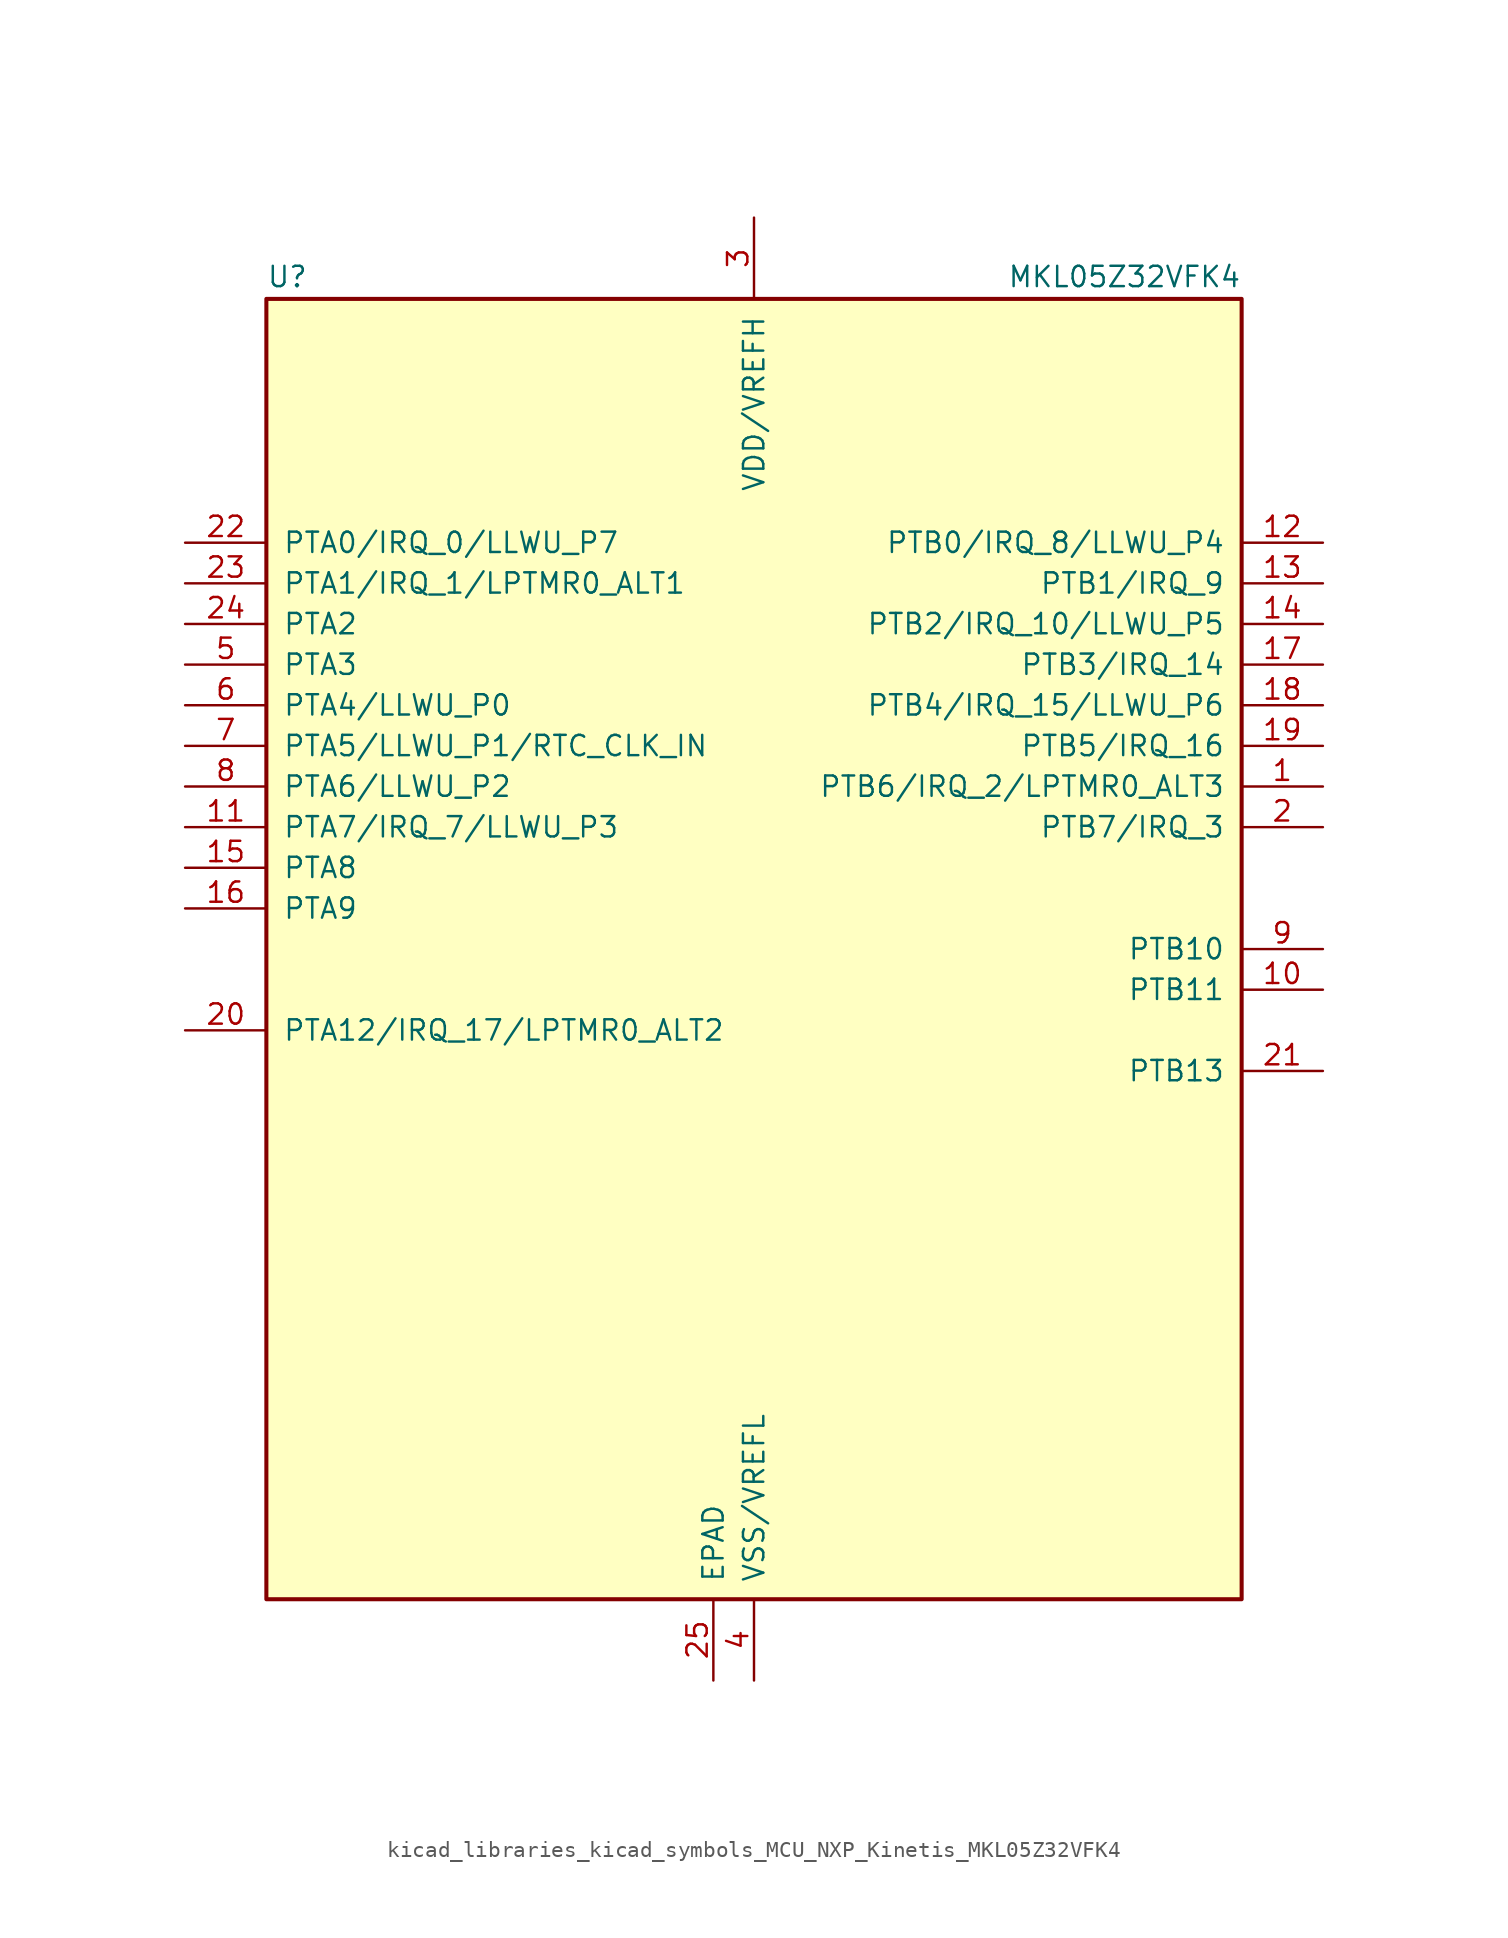
<source format=kicad_sym>
(kicad_symbol_lib
  (version 20220914)
  (generator kicad_symbol_editor)
  (symbol "kicad_libraries_kicad_symbols_MCU_NXP_Kinetis_MKL05Z32VFK4"
    (pin_names
      (offset 1.016))
    (property "Reference" "U"
      (at -30.48 41.275 0)
      (effects (font (size 1.27 1.27)) (justify left bottom)))
    (property "Value" "MKL05Z32VFK4"
      (at 30.48 41.275 0)
      (effects (font (size 1.27 1.27)) (justify right bottom)))
    (symbol "kicad_libraries_kicad_symbols_MCU_NXP_Kinetis_MKL05Z32VFK4_0_1"
      (rectangle (start -30.48 40.64) (end 30.48 -40.64) (stroke (width 0.254) (type default)) (fill (type background))))
    (symbol "kicad_libraries_kicad_symbols_MCU_NXP_Kinetis_MKL05Z32VFK4_1_1"
      (pin bidirectional line (at 35.56 10.16 180) (length 5.08) (name "PTB6/IRQ_2/LPTMR0_ALT3" (effects (font (size 1.27 1.27)))) (number "1" (effects (font (size 1.27 1.27)))))
      (pin bidirectional line (at 35.56 -2.54 180) (length 5.08) (name "PTB11" (effects (font (size 1.27 1.27)))) (number "10" (effects (font (size 1.27 1.27)))))
      (pin bidirectional line (at -35.56 7.62 0) (length 5.08) (name "PTA7/IRQ_7/LLWU_P3" (effects (font (size 1.27 1.27)))) (number "11" (effects (font (size 1.27 1.27)))))
      (pin bidirectional line (at 35.56 25.4 180) (length 5.08) (name "PTB0/IRQ_8/LLWU_P4" (effects (font (size 1.27 1.27)))) (number "12" (effects (font (size 1.27 1.27)))))
      (pin bidirectional line (at 35.56 22.86 180) (length 5.08) (name "PTB1/IRQ_9" (effects (font (size 1.27 1.27)))) (number "13" (effects (font (size 1.27 1.27)))))
      (pin bidirectional line (at 35.56 20.32 180) (length 5.08) (name "PTB2/IRQ_10/LLWU_P5" (effects (font (size 1.27 1.27)))) (number "14" (effects (font (size 1.27 1.27)))))
      (pin bidirectional line (at -35.56 5.08 0) (length 5.08) (name "PTA8" (effects (font (size 1.27 1.27)))) (number "15" (effects (font (size 1.27 1.27)))))
      (pin bidirectional line (at -35.56 2.54 0) (length 5.08) (name "PTA9" (effects (font (size 1.27 1.27)))) (number "16" (effects (font (size 1.27 1.27)))))
      (pin bidirectional line (at 35.56 17.78 180) (length 5.08) (name "PTB3/IRQ_14" (effects (font (size 1.27 1.27)))) (number "17" (effects (font (size 1.27 1.27)))))
      (pin bidirectional line (at 35.56 15.24 180) (length 5.08) (name "PTB4/IRQ_15/LLWU_P6" (effects (font (size 1.27 1.27)))) (number "18" (effects (font (size 1.27 1.27)))))
      (pin bidirectional line (at 35.56 12.7 180) (length 5.08) (name "PTB5/IRQ_16" (effects (font (size 1.27 1.27)))) (number "19" (effects (font (size 1.27 1.27)))))
      (pin bidirectional line (at 35.56 7.62 180) (length 5.08) (name "PTB7/IRQ_3" (effects (font (size 1.27 1.27)))) (number "2" (effects (font (size 1.27 1.27)))))
      (pin bidirectional line (at -35.56 -5.08 0) (length 5.08) (name "PTA12/IRQ_17/LPTMR0_ALT2" (effects (font (size 1.27 1.27)))) (number "20" (effects (font (size 1.27 1.27)))))
      (pin bidirectional line (at 35.56 -7.62 180) (length 5.08) (name "PTB13" (effects (font (size 1.27 1.27)))) (number "21" (effects (font (size 1.27 1.27)))))
      (pin bidirectional line (at -35.56 25.4 0) (length 5.08) (name "PTA0/IRQ_0/LLWU_P7" (effects (font (size 1.27 1.27)))) (number "22" (effects (font (size 1.27 1.27)))))
      (pin bidirectional line (at -35.56 22.86 0) (length 5.08) (name "PTA1/IRQ_1/LPTMR0_ALT1" (effects (font (size 1.27 1.27)))) (number "23" (effects (font (size 1.27 1.27)))))
      (pin bidirectional line (at -35.56 20.32 0) (length 5.08) (name "PTA2" (effects (font (size 1.27 1.27)))) (number "24" (effects (font (size 1.27 1.27)))))
      (pin power_in line (at -2.54 -45.72 90) (length 5.08) (name "EPAD" (effects (font (size 1.27 1.27)))) (number "25" (effects (font (size 1.27 1.27)))))
      (pin power_in line (at 0 45.72 270) (length 5.08) (name "VDD/VREFH" (effects (font (size 1.27 1.27)))) (number "3" (effects (font (size 1.27 1.27)))))
      (pin power_in line (at 0 -45.72 90) (length 5.08) (name "VSS/VREFL" (effects (font (size 1.27 1.27)))) (number "4" (effects (font (size 1.27 1.27)))))
      (pin bidirectional line (at -35.56 17.78 0) (length 5.08) (name "PTA3" (effects (font (size 1.27 1.27)))) (number "5" (effects (font (size 1.27 1.27)))))
      (pin bidirectional line (at -35.56 15.24 0) (length 5.08) (name "PTA4/LLWU_P0" (effects (font (size 1.27 1.27)))) (number "6" (effects (font (size 1.27 1.27)))))
      (pin bidirectional line (at -35.56 12.7 0) (length 5.08) (name "PTA5/LLWU_P1/RTC_CLK_IN" (effects (font (size 1.27 1.27)))) (number "7" (effects (font (size 1.27 1.27)))))
      (pin bidirectional line (at -35.56 10.16 0) (length 5.08) (name "PTA6/LLWU_P2" (effects (font (size 1.27 1.27)))) (number "8" (effects (font (size 1.27 1.27)))))
      (pin bidirectional line (at 35.56 0 180) (length 5.08) (name "PTB10" (effects (font (size 1.27 1.27)))) (number "9" (effects (font (size 1.27 1.27))))))))
</source>
